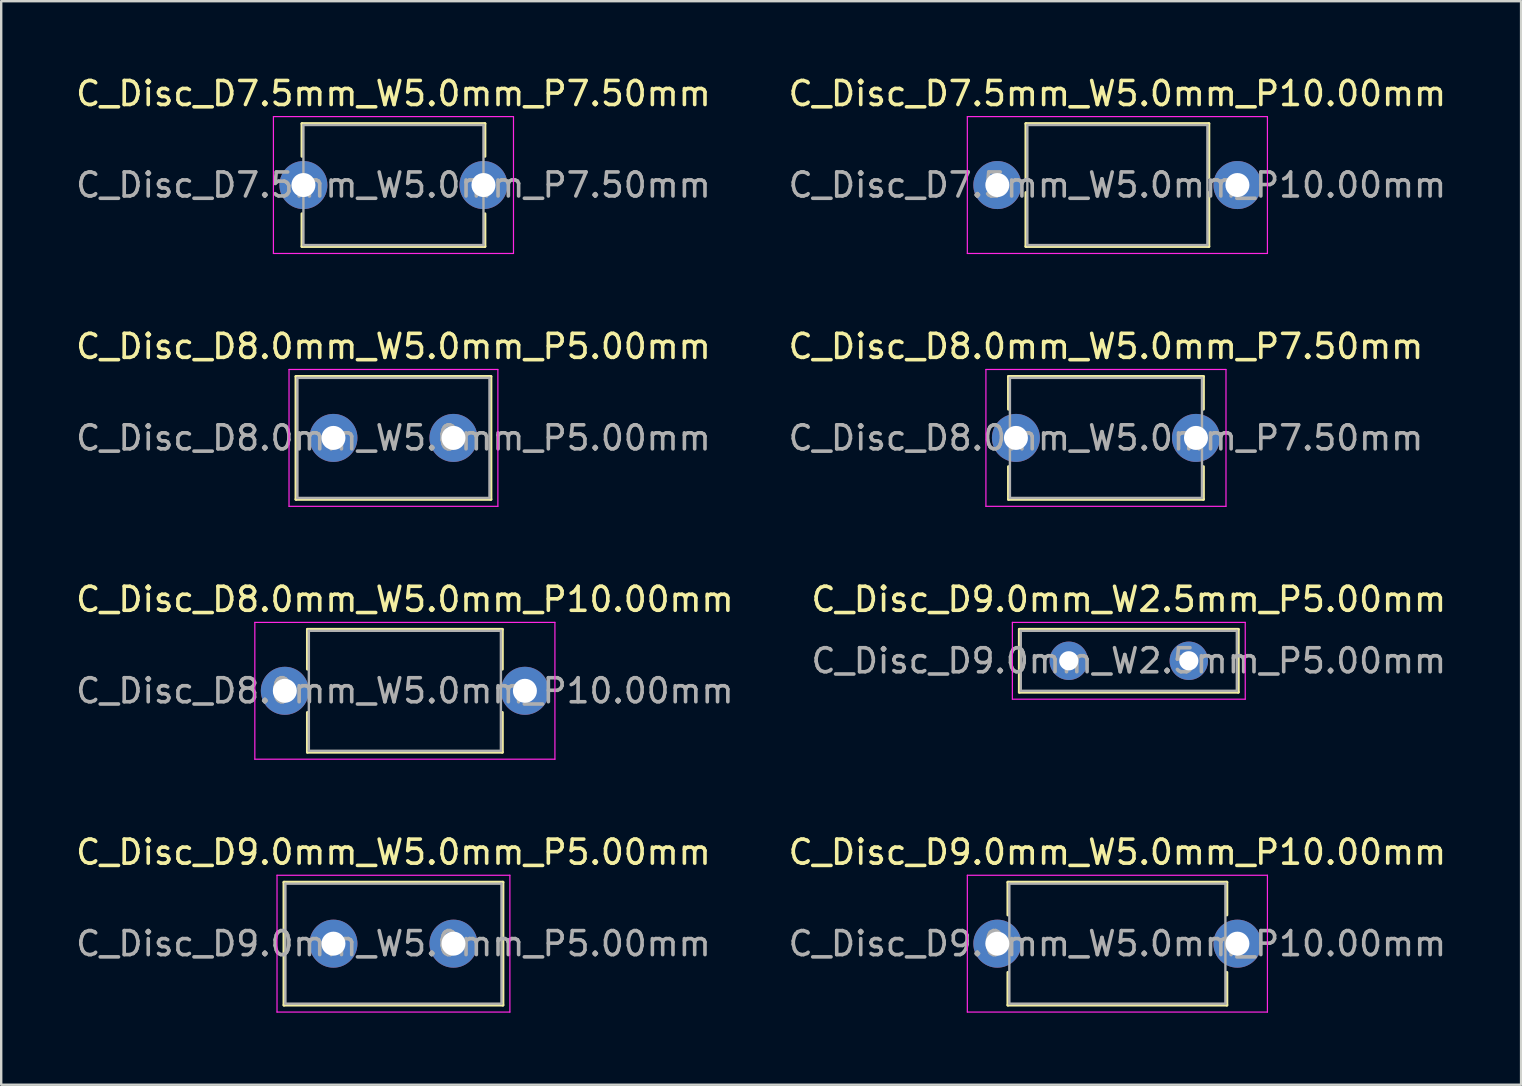
<source format=kicad_pcb>
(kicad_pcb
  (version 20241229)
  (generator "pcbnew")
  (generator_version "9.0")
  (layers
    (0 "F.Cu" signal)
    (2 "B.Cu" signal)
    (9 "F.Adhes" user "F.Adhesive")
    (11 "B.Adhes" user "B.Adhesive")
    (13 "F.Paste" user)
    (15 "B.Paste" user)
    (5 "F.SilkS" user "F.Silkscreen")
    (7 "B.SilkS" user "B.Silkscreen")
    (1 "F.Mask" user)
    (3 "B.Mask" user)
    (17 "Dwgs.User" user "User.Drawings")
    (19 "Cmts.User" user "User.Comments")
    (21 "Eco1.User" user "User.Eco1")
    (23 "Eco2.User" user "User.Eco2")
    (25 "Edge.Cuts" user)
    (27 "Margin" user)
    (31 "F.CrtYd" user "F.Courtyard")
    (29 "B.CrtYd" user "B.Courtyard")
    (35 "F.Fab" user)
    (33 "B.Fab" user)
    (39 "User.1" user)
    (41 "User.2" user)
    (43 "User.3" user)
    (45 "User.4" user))
  (footprint "C_Disc_D8.0mm_W5.0mm_P5.00mm"
    (layer "F.Cu")
    (at 10.839 15.191)
    (property "Reference" "C_Disc_D8.0mm_W5.0mm_P5.00mm" (at 2.5 -3.81 0) (layer "F.SilkS") (effects (font (size 1 1) (thickness 0.15))))
    (attr through_hole)
    (fp_line (start -1.56 -2.56) (end -1.56 2.56) (stroke (width 0.12) (type solid)) (layer "F.SilkS"))
    (fp_line (start -1.56 -2.56) (end 6.56 -2.56) (stroke (width 0.12) (type solid)) (layer "F.SilkS"))
    (fp_line (start -1.56 2.56) (end 6.56 2.56) (stroke (width 0.12) (type solid)) (layer "F.SilkS"))
    (fp_line (start 6.56 -2.56) (end 6.56 2.56) (stroke (width 0.12) (type solid)) (layer "F.SilkS"))
    (fp_line (start -1.85 -2.85) (end -1.85 2.85) (stroke (width 0.05) (type solid)) (layer "F.CrtYd"))
    (fp_line (start -1.85 2.85) (end 6.85 2.85) (stroke (width 0.05) (type solid)) (layer "F.CrtYd"))
    (fp_line (start 6.85 -2.85) (end -1.85 -2.85) (stroke (width 0.05) (type solid)) (layer "F.CrtYd"))
    (fp_line (start 6.85 2.85) (end 6.85 -2.85) (stroke (width 0.05) (type solid)) (layer "F.CrtYd"))
    (fp_line (start -1.5 -2.5) (end -1.5 2.5) (stroke (width 0.1) (type solid)) (layer "F.Fab"))
    (fp_line (start -1.5 2.5) (end 6.5 2.5) (stroke (width 0.1) (type solid)) (layer "F.Fab"))
    (fp_line (start 6.5 -2.5) (end -1.5 -2.5) (stroke (width 0.1) (type solid)) (layer "F.Fab"))
    (fp_line (start 6.5 2.5) (end 6.5 -2.5) (stroke (width 0.1) (type solid)) (layer "F.Fab"))
    (fp_text user "${REFERENCE}" (at 2.5 0 0) (layer "F.Fab") (effects (font (size 1 1) (thickness 0.15))))
    (pad "1" thru_hole circle (at 0 0) (size 2 2) (drill 1) (layers "*.Cu" "*.Mask"))
    (pad "2" thru_hole circle (at 5 0) (size 2 2) (drill 1) (layers "*.Cu" "*.Mask")))
  (footprint "C_Disc_D9.0mm_W5.0mm_P10.00mm"
    (layer "F.Cu")
    (at 38.494 36.258)
    (property "Reference" "C_Disc_D9.0mm_W5.0mm_P10.00mm" (at 5 -3.81 0) (layer "F.SilkS") (effects (font (size 1 1) (thickness 0.15))))
    (attr through_hole)
    (fp_line (start 0.44 -2.56) (end 0.44 -1.195) (stroke (width 0.12) (type solid)) (layer "F.SilkS"))
    (fp_line (start 0.44 -2.56) (end 9.56 -2.56) (stroke (width 0.12) (type solid)) (layer "F.SilkS"))
    (fp_line (start 0.44 1.195) (end 0.44 2.56) (stroke (width 0.12) (type solid)) (layer "F.SilkS"))
    (fp_line (start 0.44 2.56) (end 9.56 2.56) (stroke (width 0.12) (type solid)) (layer "F.SilkS"))
    (fp_line (start 9.56 -2.56) (end 9.56 -1.195) (stroke (width 0.12) (type solid)) (layer "F.SilkS"))
    (fp_line (start 9.56 1.195) (end 9.56 2.56) (stroke (width 0.12) (type solid)) (layer "F.SilkS"))
    (fp_line (start -1.25 -2.85) (end -1.25 2.85) (stroke (width 0.05) (type solid)) (layer "F.CrtYd"))
    (fp_line (start -1.25 2.85) (end 11.25 2.85) (stroke (width 0.05) (type solid)) (layer "F.CrtYd"))
    (fp_line (start 11.25 -2.85) (end -1.25 -2.85) (stroke (width 0.05) (type solid)) (layer "F.CrtYd"))
    (fp_line (start 11.25 2.85) (end 11.25 -2.85) (stroke (width 0.05) (type solid)) (layer "F.CrtYd"))
    (fp_line (start 0.5 -2.5) (end 0.5 2.5) (stroke (width 0.1) (type solid)) (layer "F.Fab"))
    (fp_line (start 0.5 2.5) (end 9.5 2.5) (stroke (width 0.1) (type solid)) (layer "F.Fab"))
    (fp_line (start 9.5 -2.5) (end 0.5 -2.5) (stroke (width 0.1) (type solid)) (layer "F.Fab"))
    (fp_line (start 9.5 2.5) (end 9.5 -2.5) (stroke (width 0.1) (type solid)) (layer "F.Fab"))
    (fp_text user "${REFERENCE}" (at 5 0 0) (layer "F.Fab") (effects (font (size 1 1) (thickness 0.15))))
    (pad "1" thru_hole circle (at 0 0) (size 2 2) (drill 1) (layers "*.Cu" "*.Mask"))
    (pad "2" thru_hole circle (at 10 0) (size 2 2) (drill 1) (layers "*.Cu" "*.Mask")))
  (footprint "C_Disc_D9.0mm_W5.0mm_P5.00mm"
    (layer "F.Cu")
    (at 10.839 36.258)
    (property "Reference" "C_Disc_D9.0mm_W5.0mm_P5.00mm" (at 2.5 -3.81 0) (layer "F.SilkS") (effects (font (size 1 1) (thickness 0.15))))
    (attr through_hole)
    (fp_line (start -2.06 -2.56) (end -2.06 2.56) (stroke (width 0.12) (type solid)) (layer "F.SilkS"))
    (fp_line (start -2.06 -2.56) (end 7.06 -2.56) (stroke (width 0.12) (type solid)) (layer "F.SilkS"))
    (fp_line (start -2.06 2.56) (end 7.06 2.56) (stroke (width 0.12) (type solid)) (layer "F.SilkS"))
    (fp_line (start 7.06 -2.56) (end 7.06 2.56) (stroke (width 0.12) (type solid)) (layer "F.SilkS"))
    (fp_line (start -2.35 -2.85) (end -2.35 2.85) (stroke (width 0.05) (type solid)) (layer "F.CrtYd"))
    (fp_line (start -2.35 2.85) (end 7.35 2.85) (stroke (width 0.05) (type solid)) (layer "F.CrtYd"))
    (fp_line (start 7.35 -2.85) (end -2.35 -2.85) (stroke (width 0.05) (type solid)) (layer "F.CrtYd"))
    (fp_line (start 7.35 2.85) (end 7.35 -2.85) (stroke (width 0.05) (type solid)) (layer "F.CrtYd"))
    (fp_line (start -2 -2.5) (end -2 2.5) (stroke (width 0.1) (type solid)) (layer "F.Fab"))
    (fp_line (start -2 2.5) (end 7 2.5) (stroke (width 0.1) (type solid)) (layer "F.Fab"))
    (fp_line (start 7 -2.5) (end -2 -2.5) (stroke (width 0.1) (type solid)) (layer "F.Fab"))
    (fp_line (start 7 2.5) (end 7 -2.5) (stroke (width 0.1) (type solid)) (layer "F.Fab"))
    (fp_text user "${REFERENCE}" (at 2.5 0 0) (layer "F.Fab") (effects (font (size 1 1) (thickness 0.15))))
    (pad "1" thru_hole circle (at 0 0) (size 2 2) (drill 1) (layers "*.Cu" "*.Mask"))
    (pad "2" thru_hole circle (at 5 0) (size 2 2) (drill 1) (layers "*.Cu" "*.Mask")))
  (footprint "C_Disc_D7.5mm_W5.0mm_P10.00mm"
    (layer "F.Cu")
    (at 38.494 4.658)
    (property "Reference" "C_Disc_D7.5mm_W5.0mm_P10.00mm" (at 5 -3.81 0) (layer "F.SilkS") (effects (font (size 1 1) (thickness 0.15))))
    (attr through_hole)
    (fp_line (start 1.19 -2.56) (end 1.19 -0.311) (stroke (width 0.12) (type solid)) (layer "F.SilkS"))
    (fp_line (start 1.19 -2.56) (end 8.81 -2.56) (stroke (width 0.12) (type solid)) (layer "F.SilkS"))
    (fp_line (start 1.19 0.311) (end 1.19 2.56) (stroke (width 0.12) (type solid)) (layer "F.SilkS"))
    (fp_line (start 1.19 2.56) (end 8.81 2.56) (stroke (width 0.12) (type solid)) (layer "F.SilkS"))
    (fp_line (start 8.81 -2.56) (end 8.81 -0.311) (stroke (width 0.12) (type solid)) (layer "F.SilkS"))
    (fp_line (start 8.81 0.311) (end 8.81 2.56) (stroke (width 0.12) (type solid)) (layer "F.SilkS"))
    (fp_line (start -1.25 -2.85) (end -1.25 2.85) (stroke (width 0.05) (type solid)) (layer "F.CrtYd"))
    (fp_line (start -1.25 2.85) (end 11.25 2.85) (stroke (width 0.05) (type solid)) (layer "F.CrtYd"))
    (fp_line (start 11.25 -2.85) (end -1.25 -2.85) (stroke (width 0.05) (type solid)) (layer "F.CrtYd"))
    (fp_line (start 11.25 2.85) (end 11.25 -2.85) (stroke (width 0.05) (type solid)) (layer "F.CrtYd"))
    (fp_line (start 1.25 -2.5) (end 1.25 2.5) (stroke (width 0.1) (type solid)) (layer "F.Fab"))
    (fp_line (start 1.25 2.5) (end 8.75 2.5) (stroke (width 0.1) (type solid)) (layer "F.Fab"))
    (fp_line (start 8.75 -2.5) (end 1.25 -2.5) (stroke (width 0.1) (type solid)) (layer "F.Fab"))
    (fp_line (start 8.75 2.5) (end 8.75 -2.5) (stroke (width 0.1) (type solid)) (layer "F.Fab"))
    (fp_text user "${REFERENCE}" (at 5 0 0) (layer "F.Fab") (effects (font (size 1 1) (thickness 0.15))))
    (pad "1" thru_hole circle (at 0 0) (size 2 2) (drill 1) (layers "*.Cu" "*.Mask"))
    (pad "2" thru_hole circle (at 10 0) (size 2 2) (drill 1) (layers "*.Cu" "*.Mask")))
  (footprint "C_Disc_D7.5mm_W5.0mm_P7.50mm"
    (layer "F.Cu")
    (at 9.589 4.658)
    (property "Reference" "C_Disc_D7.5mm_W5.0mm_P7.50mm" (at 3.75 -3.81 0) (layer "F.SilkS") (effects (font (size 1 1) (thickness 0.15))))
    (attr through_hole)
    (fp_line (start -0.06 -2.56) (end -0.06 -1.195) (stroke (width 0.12) (type solid)) (layer "F.SilkS"))
    (fp_line (start -0.06 -2.56) (end 7.56 -2.56) (stroke (width 0.12) (type solid)) (layer "F.SilkS"))
    (fp_line (start -0.06 1.195) (end -0.06 2.56) (stroke (width 0.12) (type solid)) (layer "F.SilkS"))
    (fp_line (start -0.06 2.56) (end 7.56 2.56) (stroke (width 0.12) (type solid)) (layer "F.SilkS"))
    (fp_line (start 7.56 -2.56) (end 7.56 -1.195) (stroke (width 0.12) (type solid)) (layer "F.SilkS"))
    (fp_line (start 7.56 1.195) (end 7.56 2.56) (stroke (width 0.12) (type solid)) (layer "F.SilkS"))
    (fp_line (start -1.25 -2.85) (end -1.25 2.85) (stroke (width 0.05) (type solid)) (layer "F.CrtYd"))
    (fp_line (start -1.25 2.85) (end 8.75 2.85) (stroke (width 0.05) (type solid)) (layer "F.CrtYd"))
    (fp_line (start 8.75 -2.85) (end -1.25 -2.85) (stroke (width 0.05) (type solid)) (layer "F.CrtYd"))
    (fp_line (start 8.75 2.85) (end 8.75 -2.85) (stroke (width 0.05) (type solid)) (layer "F.CrtYd"))
    (fp_line (start 0 -2.5) (end 0 2.5) (stroke (width 0.1) (type solid)) (layer "F.Fab"))
    (fp_line (start 0 2.5) (end 7.5 2.5) (stroke (width 0.1) (type solid)) (layer "F.Fab"))
    (fp_line (start 7.5 -2.5) (end 0 -2.5) (stroke (width 0.1) (type solid)) (layer "F.Fab"))
    (fp_line (start 7.5 2.5) (end 7.5 -2.5) (stroke (width 0.1) (type solid)) (layer "F.Fab"))
    (fp_text user "${REFERENCE}" (at 3.75 0 0) (layer "F.Fab") (effects (font (size 1 1) (thickness 0.15))))
    (pad "1" thru_hole circle (at 0 0) (size 2 2) (drill 1) (layers "*.Cu" "*.Mask"))
    (pad "2" thru_hole circle (at 7.5 0) (size 2 2) (drill 1) (layers "*.Cu" "*.Mask")))
  (footprint "C_Disc_D8.0mm_W5.0mm_P7.50mm"
    (layer "F.Cu")
    (at 39.268 15.191)
    (property "Reference" "C_Disc_D8.0mm_W5.0mm_P7.50mm" (at 3.75 -3.81 0) (layer "F.SilkS") (effects (font (size 1 1) (thickness 0.15))))
    (attr through_hole)
    (fp_line (start -0.31 -2.56) (end -0.31 -1.195) (stroke (width 0.12) (type solid)) (layer "F.SilkS"))
    (fp_line (start -0.31 -2.56) (end 7.81 -2.56) (stroke (width 0.12) (type solid)) (layer "F.SilkS"))
    (fp_line (start -0.31 1.195) (end -0.31 2.56) (stroke (width 0.12) (type solid)) (layer "F.SilkS"))
    (fp_line (start -0.31 2.56) (end 7.81 2.56) (stroke (width 0.12) (type solid)) (layer "F.SilkS"))
    (fp_line (start 7.81 -2.56) (end 7.81 -1.195) (stroke (width 0.12) (type solid)) (layer "F.SilkS"))
    (fp_line (start 7.81 1.195) (end 7.81 2.56) (stroke (width 0.12) (type solid)) (layer "F.SilkS"))
    (fp_line (start -1.25 -2.85) (end -1.25 2.85) (stroke (width 0.05) (type solid)) (layer "F.CrtYd"))
    (fp_line (start -1.25 2.85) (end 8.75 2.85) (stroke (width 0.05) (type solid)) (layer "F.CrtYd"))
    (fp_line (start 8.75 -2.85) (end -1.25 -2.85) (stroke (width 0.05) (type solid)) (layer "F.CrtYd"))
    (fp_line (start 8.75 2.85) (end 8.75 -2.85) (stroke (width 0.05) (type solid)) (layer "F.CrtYd"))
    (fp_line (start -0.25 -2.5) (end -0.25 2.5) (stroke (width 0.1) (type solid)) (layer "F.Fab"))
    (fp_line (start -0.25 2.5) (end 7.75 2.5) (stroke (width 0.1) (type solid)) (layer "F.Fab"))
    (fp_line (start 7.75 -2.5) (end -0.25 -2.5) (stroke (width 0.1) (type solid)) (layer "F.Fab"))
    (fp_line (start 7.75 2.5) (end 7.75 -2.5) (stroke (width 0.1) (type solid)) (layer "F.Fab"))
    (fp_text user "${REFERENCE}" (at 3.75 0 0) (layer "F.Fab") (effects (font (size 1 1) (thickness 0.15))))
    (pad "1" thru_hole circle (at 0 0) (size 2 2) (drill 1) (layers "*.Cu" "*.Mask"))
    (pad "2" thru_hole circle (at 7.5 0) (size 2 2) (drill 1) (layers "*.Cu" "*.Mask")))
  (footprint "C_Disc_D8.0mm_W5.0mm_P10.00mm"
    (layer "F.Cu")
    (at 8.815 25.725)
    (property "Reference" "C_Disc_D8.0mm_W5.0mm_P10.00mm" (at 5 -3.81 0) (layer "F.SilkS") (effects (font (size 1 1) (thickness 0.15))))
    (attr through_hole)
    (fp_line (start 0.94 -2.56) (end 0.94 -0.901) (stroke (width 0.12) (type solid)) (layer "F.SilkS"))
    (fp_line (start 0.94 -2.56) (end 9.06 -2.56) (stroke (width 0.12) (type solid)) (layer "F.SilkS"))
    (fp_line (start 0.94 0.901) (end 0.94 2.56) (stroke (width 0.12) (type solid)) (layer "F.SilkS"))
    (fp_line (start 0.94 2.56) (end 9.06 2.56) (stroke (width 0.12) (type solid)) (layer "F.SilkS"))
    (fp_line (start 9.06 -2.56) (end 9.06 -0.901) (stroke (width 0.12) (type solid)) (layer "F.SilkS"))
    (fp_line (start 9.06 0.901) (end 9.06 2.56) (stroke (width 0.12) (type solid)) (layer "F.SilkS"))
    (fp_line (start -1.25 -2.85) (end -1.25 2.85) (stroke (width 0.05) (type solid)) (layer "F.CrtYd"))
    (fp_line (start -1.25 2.85) (end 11.25 2.85) (stroke (width 0.05) (type solid)) (layer "F.CrtYd"))
    (fp_line (start 11.25 -2.85) (end -1.25 -2.85) (stroke (width 0.05) (type solid)) (layer "F.CrtYd"))
    (fp_line (start 11.25 2.85) (end 11.25 -2.85) (stroke (width 0.05) (type solid)) (layer "F.CrtYd"))
    (fp_line (start 1 -2.5) (end 1 2.5) (stroke (width 0.1) (type solid)) (layer "F.Fab"))
    (fp_line (start 1 2.5) (end 9 2.5) (stroke (width 0.1) (type solid)) (layer "F.Fab"))
    (fp_line (start 9 -2.5) (end 1 -2.5) (stroke (width 0.1) (type solid)) (layer "F.Fab"))
    (fp_line (start 9 2.5) (end 9 -2.5) (stroke (width 0.1) (type solid)) (layer "F.Fab"))
    (fp_text user "${REFERENCE}" (at 5 0 0) (layer "F.Fab") (effects (font (size 1 1) (thickness 0.15))))
    (pad "1" thru_hole circle (at 0 0) (size 2 2) (drill 1) (layers "*.Cu" "*.Mask"))
    (pad "2" thru_hole circle (at 10 0) (size 2 2) (drill 1) (layers "*.Cu" "*.Mask")))
  (footprint "C_Disc_D9.0mm_W2.5mm_P5.00mm"
    (layer "F.Cu")
    (at 41.47 24.475)
    (property "Reference" "C_Disc_D9.0mm_W2.5mm_P5.00mm" (at 2.5 -2.56 0) (layer "F.SilkS") (effects (font (size 1 1) (thickness 0.15))))
    (attr through_hole)
    (fp_line (start -2.06 -1.31) (end -2.06 1.31) (stroke (width 0.12) (type solid)) (layer "F.SilkS"))
    (fp_line (start -2.06 -1.31) (end 7.06 -1.31) (stroke (width 0.12) (type solid)) (layer "F.SilkS"))
    (fp_line (start -2.06 1.31) (end 7.06 1.31) (stroke (width 0.12) (type solid)) (layer "F.SilkS"))
    (fp_line (start 7.06 -1.31) (end 7.06 1.31) (stroke (width 0.12) (type solid)) (layer "F.SilkS"))
    (fp_line (start -2.35 -1.6) (end -2.35 1.6) (stroke (width 0.05) (type solid)) (layer "F.CrtYd"))
    (fp_line (start -2.35 1.6) (end 7.35 1.6) (stroke (width 0.05) (type solid)) (layer "F.CrtYd"))
    (fp_line (start 7.35 -1.6) (end -2.35 -1.6) (stroke (width 0.05) (type solid)) (layer "F.CrtYd"))
    (fp_line (start 7.35 1.6) (end 7.35 -1.6) (stroke (width 0.05) (type solid)) (layer "F.CrtYd"))
    (fp_line (start -2 -1.25) (end -2 1.25) (stroke (width 0.1) (type solid)) (layer "F.Fab"))
    (fp_line (start -2 1.25) (end 7 1.25) (stroke (width 0.1) (type solid)) (layer "F.Fab"))
    (fp_line (start 7 -1.25) (end -2 -1.25) (stroke (width 0.1) (type solid)) (layer "F.Fab"))
    (fp_line (start 7 1.25) (end 7 -1.25) (stroke (width 0.1) (type solid)) (layer "F.Fab"))
    (fp_text user "${REFERENCE}" (at 2.5 0 0) (layer "F.Fab") (effects (font (size 1 1) (thickness 0.15))))
    (pad "1" thru_hole circle (at 0 0) (size 1.6 1.6) (drill 0.8) (layers "*.Cu" "*.Mask"))
    (pad "2" thru_hole circle (at 5 0) (size 1.6 1.6) (drill 0.8) (layers "*.Cu" "*.Mask")))
  (gr_rect
    (start -3 -3)
    (end 60.31 42.133)
    (stroke (width 0.1) (type default))
    (fill no)
    (layer "Edge.Cuts")))
</source>
